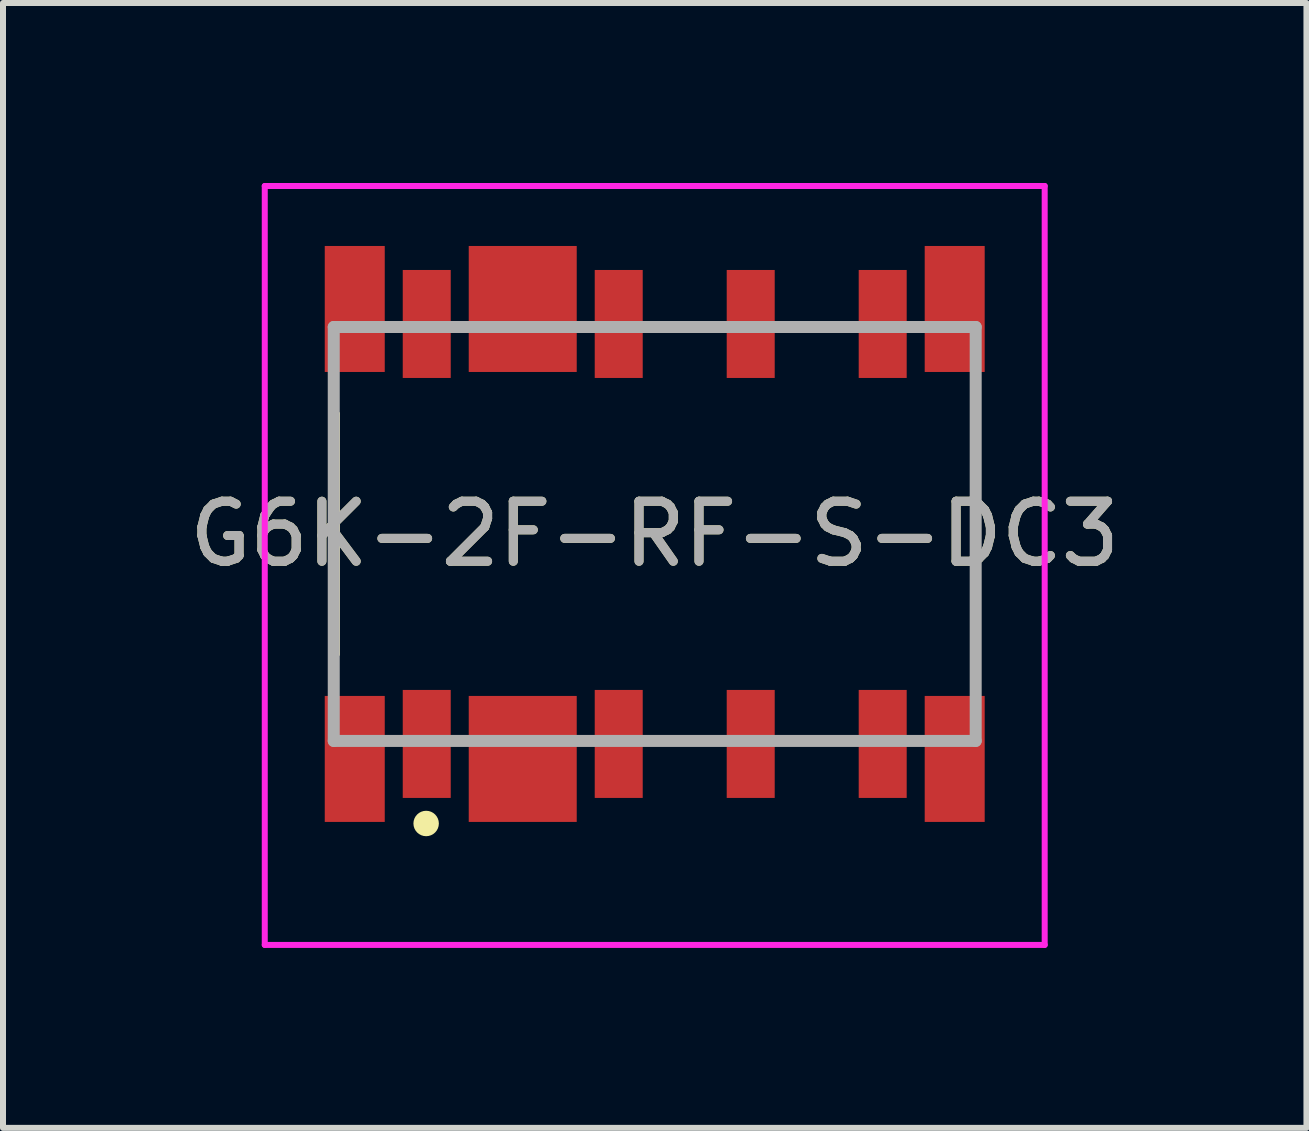
<source format=kicad_pcb>
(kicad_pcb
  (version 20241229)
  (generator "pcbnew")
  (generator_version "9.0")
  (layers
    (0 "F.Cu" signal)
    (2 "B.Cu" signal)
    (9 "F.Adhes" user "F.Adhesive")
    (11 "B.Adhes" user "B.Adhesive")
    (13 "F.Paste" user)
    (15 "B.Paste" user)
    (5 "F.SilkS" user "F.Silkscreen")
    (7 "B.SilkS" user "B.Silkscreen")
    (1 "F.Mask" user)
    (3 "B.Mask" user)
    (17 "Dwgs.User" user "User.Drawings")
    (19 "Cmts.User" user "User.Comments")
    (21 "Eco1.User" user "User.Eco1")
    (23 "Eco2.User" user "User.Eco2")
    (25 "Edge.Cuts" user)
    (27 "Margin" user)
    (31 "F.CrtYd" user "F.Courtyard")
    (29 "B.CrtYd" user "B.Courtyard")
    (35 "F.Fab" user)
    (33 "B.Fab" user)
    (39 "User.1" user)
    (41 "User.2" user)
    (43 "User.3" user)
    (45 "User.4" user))
  (footprint "G6K-2F-RF-S-DC3"
    (layer "F.Cu")
    (at 7.863 5.85)
    (property "Reference" "G6K-2F-RF-S-DC3" (at 0 0 0) (layer "F.SilkS") (effects (font (size 1 1) (thickness 0.15))))
    (attr smd)
    (fp_line (start -5.3 -2) (end -5.3 -2) (stroke (width 0.1) (type solid)) (layer "F.SilkS"))
    (fp_line (start -5.3 -2) (end -5.3 2) (stroke (width 0.1) (type solid)) (layer "F.SilkS"))
    (fp_line (start -5.3 2) (end -5.3 -2) (stroke (width 0.1) (type solid)) (layer "F.SilkS"))
    (fp_line (start -5.3 2) (end -5.3 2) (stroke (width 0.1) (type solid)) (layer "F.SilkS"))
    (fp_line (start 5.35 -2) (end 5.35 -2) (stroke (width 0.1) (type solid)) (layer "F.SilkS"))
    (fp_line (start 5.35 -2) (end 5.35 2) (stroke (width 0.1) (type solid)) (layer "F.SilkS"))
    (fp_line (start 5.35 2) (end 5.35 -2) (stroke (width 0.1) (type solid)) (layer "F.SilkS"))
    (fp_line (start 5.35 2) (end 5.35 2) (stroke (width 0.1) (type solid)) (layer "F.SilkS"))
    (fp_circle (center -3.81 4.826) (end -3.658 4.826) (stroke (width 0.12) (type solid)) (fill yes) (layer "F.SilkS"))
    (fp_line (start -6.5 -5.8) (end 6.5 -5.8) (stroke (width 0.1) (type solid)) (layer "F.CrtYd"))
    (fp_line (start -6.5 6.85) (end -6.5 -5.8) (stroke (width 0.1) (type solid)) (layer "F.CrtYd"))
    (fp_line (start 6.5 -5.8) (end 6.5 6.85) (stroke (width 0.1) (type solid)) (layer "F.CrtYd"))
    (fp_line (start 6.5 6.85) (end -6.5 6.85) (stroke (width 0.1) (type solid)) (layer "F.CrtYd"))
    (fp_line (start -5.35 -3.45) (end 5.35 -3.45) (stroke (width 0.2) (type solid)) (layer "F.Fab"))
    (fp_line (start -5.35 3.45) (end -5.35 -3.45) (stroke (width 0.2) (type solid)) (layer "F.Fab"))
    (fp_line (start 5.35 -3.45) (end 5.35 3.45) (stroke (width 0.2) (type solid)) (layer "F.Fab"))
    (fp_line (start 5.35 3.45) (end -5.35 3.45) (stroke (width 0.2) (type solid)) (layer "F.Fab"))
    (fp_text user "${REFERENCE}" (at 0 0 0) (layer "F.Fab") (effects (font (size 1 1) (thickness 0.15))))
    (pad "1" smd rect (at -3.8 3.5) (size 0.8 1.8) (layers "F.Cu" "F.Mask" "F.Paste"))
    (pad "2" smd rect (at -0.6 3.5) (size 0.8 1.8) (layers "F.Cu" "F.Mask" "F.Paste"))
    (pad "3" smd rect (at 1.6 3.5) (size 0.8 1.8) (layers "F.Cu" "F.Mask" "F.Paste"))
    (pad "4" smd rect (at 3.8 3.5) (size 0.8 1.8) (layers "F.Cu" "F.Mask" "F.Paste"))
    (pad "5" smd rect (at 3.8 -3.5) (size 0.8 1.8) (layers "F.Cu" "F.Mask" "F.Paste"))
    (pad "6" smd rect (at 1.6 -3.5) (size 0.8 1.8) (layers "F.Cu" "F.Mask" "F.Paste"))
    (pad "7" smd rect (at -0.6 -3.5) (size 0.8 1.8) (layers "F.Cu" "F.Mask" "F.Paste"))
    (pad "8" smd rect (at -3.8 -3.5) (size 0.8 1.8) (layers "F.Cu" "F.Mask" "F.Paste"))
    (pad "MP1" smd rect (at -5 3.75) (size 1 2.1) (layers "F.Cu" "F.Mask" "F.Paste"))
    (pad "MP2" smd rect (at -2.2 3.75) (size 1.8 2.1) (layers "F.Cu" "F.Mask" "F.Paste"))
    (pad "MP3" smd rect (at 5 3.75) (size 1 2.1) (layers "F.Cu" "F.Mask" "F.Paste"))
    (pad "MP4" smd rect (at 5 -3.75) (size 1 2.1) (layers "F.Cu" "F.Mask" "F.Paste"))
    (pad "MP5" smd rect (at -2.2 -3.75) (size 1.8 2.1) (layers "F.Cu" "F.Mask" "F.Paste"))
    (pad "MP6" smd rect (at -5 -3.75) (size 1 2.1) (layers "F.Cu" "F.Mask" "F.Paste")))
  (gr_rect
    (start -3 -3)
    (end 18.726 15.75)
    (stroke (width 0.1) (type default))
    (fill no)
    (layer "Edge.Cuts")))
</source>
